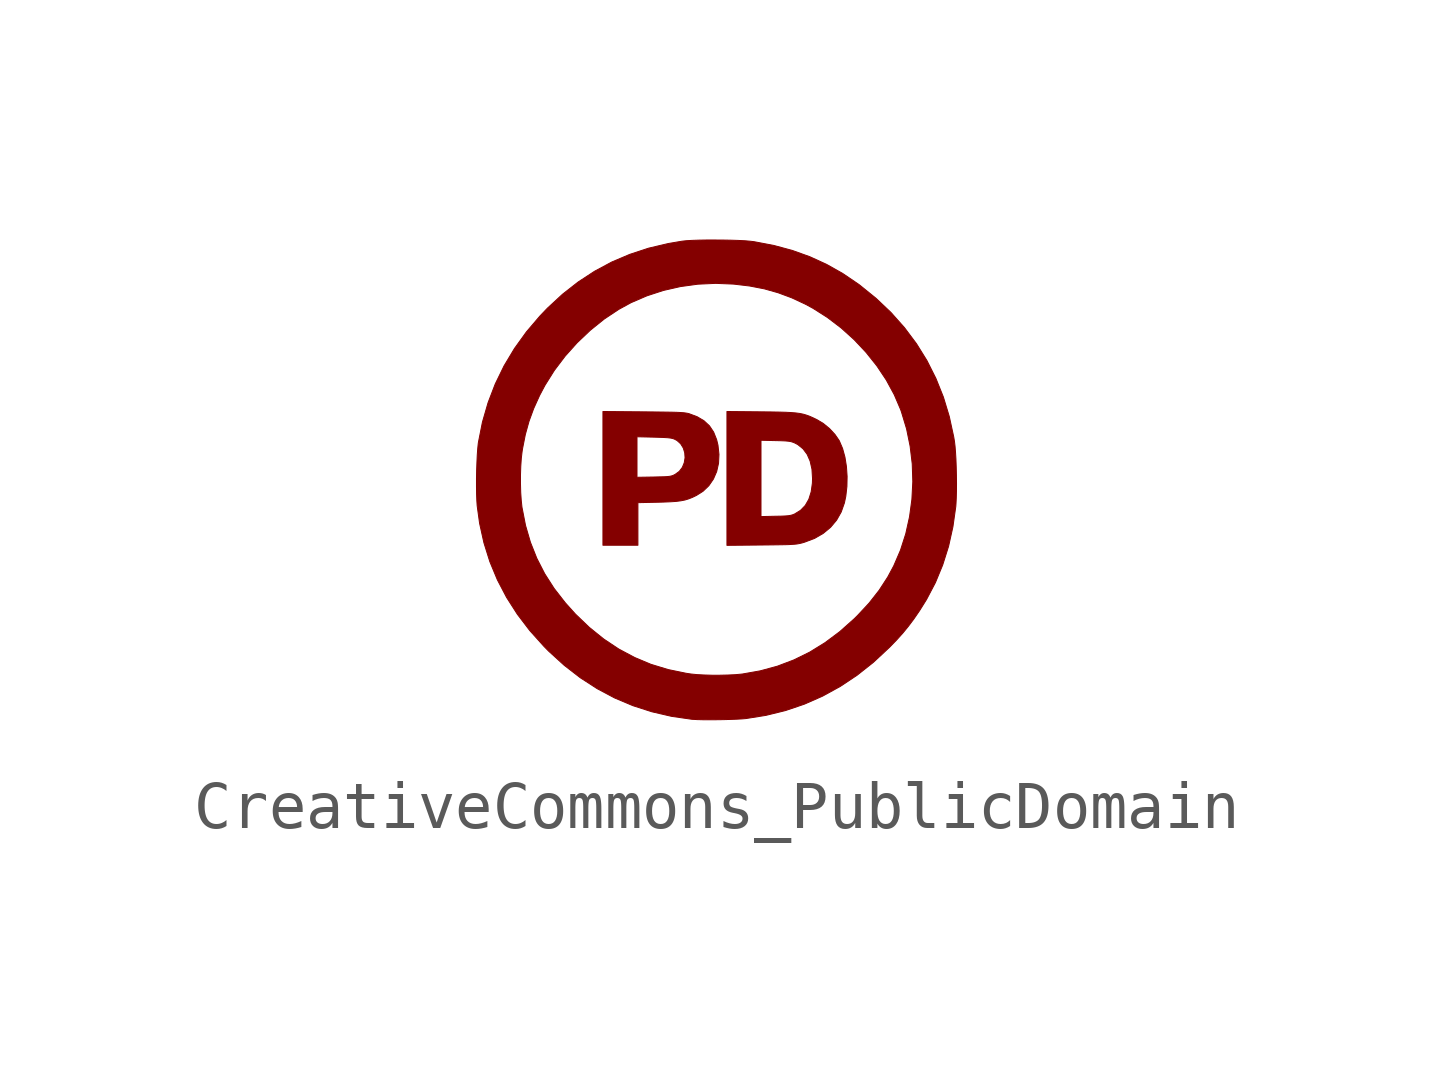
<source format=kicad_sym>
(kicad_symbol_lib
  (version 20211014)
  (generator kicad_symbol_editor)
  (symbol "CreativeCommons_PublicDomain"
    (pin_names
      (offset 1.016))
    (property "Reference" "G"
      (at 0 4.365 0)
      (effects (font (size 1.27 1.27)) hide))
    (symbol "CreativeCommons_PublicDomain_0_0"
      (polyline (pts (xy -1.636 -0.477) (xy -1.214 -0.468) (xy -1.104 -0.465) (xy -0.959 -0.459) (xy -0.84 -0.451) (xy -0.74 -0.438) (xy -0.654 -0.421) (xy -0.576 -0.397) (xy -0.499 -0.366) (xy -0.416 -0.326) (xy -0.279 -0.239) (xy -0.159 -0.124) (xy -0.064 0.014) (xy 0.004 0.17) (xy 0.043 0.343) (xy 0.052 0.527) (xy 0.031 0.721) (xy 0.003 0.836) (xy -0.059 0.992) (xy -0.146 1.122) (xy -0.26 1.228) (xy -0.402 1.312) (xy -0.573 1.376) (xy -0.602 1.383) (xy -0.637 1.389) (xy -0.681 1.395) (xy -0.737 1.399) (xy -0.808 1.403) (xy -0.899 1.406) (xy -1.013 1.408) (xy -1.152 1.41) (xy -1.321 1.412) (xy -1.523 1.414) (xy -2.364 1.421) (xy -2.364 0.051) (xy -1.655 0.051) (xy -1.655 0.895) (xy -1.305 0.887) (xy -1.204 0.884) (xy -1.097 0.88) (xy -1.017 0.875) (xy -0.957 0.868) (xy -0.913 0.859) (xy -0.878 0.847) (xy -0.823 0.818) (xy -0.746 0.749) (xy -0.692 0.662) (xy -0.661 0.562) (xy -0.654 0.458) (xy -0.671 0.354) (xy -0.711 0.257) (xy -0.775 0.174) (xy -0.863 0.11) (xy -0.87 0.107) (xy -0.902 0.091) (xy -0.934 0.08) (xy -0.972 0.072) (xy -1.022 0.066) (xy -1.09 0.062) (xy -1.182 0.06) (xy -1.304 0.057) (xy -1.655 0.051) (xy -2.364 0.051) (xy -2.364 -1.364) (xy -1.636 -1.364) (xy -1.636 -0.477)) (stroke (width 0.01) (type default) (color 0 0 0 0)) (fill (type outline)))
      (polyline (pts (xy 0.932 -1.359) (xy 1.113 -1.357) (xy 1.263 -1.355) (xy 1.385 -1.353) (xy 1.482 -1.351) (xy 1.56 -1.347) (xy 1.621 -1.343) (xy 1.671 -1.338) (xy 1.713 -1.331) (xy 1.752 -1.323) (xy 1.791 -1.313) (xy 1.84 -1.298) (xy 2.045 -1.22) (xy 2.224 -1.116) (xy 2.376 -0.99) (xy 2.501 -0.841) (xy 2.597 -0.672) (xy 2.664 -0.482) (xy 2.693 -0.343) (xy 2.716 -0.14) (xy 2.72 0.068) (xy 2.706 0.275) (xy 2.675 0.471) (xy 2.626 0.65) (xy 2.56 0.805) (xy 2.554 0.817) (xy 2.467 0.943) (xy 2.355 1.064) (xy 2.226 1.17) (xy 2.09 1.252) (xy 2.075 1.259) (xy 2.002 1.294) (xy 1.936 1.323) (xy 1.872 1.346) (xy 1.807 1.365) (xy 1.735 1.38) (xy 1.652 1.391) (xy 1.555 1.399) (xy 1.439 1.405) (xy 1.299 1.409) (xy 1.131 1.412) (xy 0.932 1.414) (xy 0.218 1.421) (xy 0.218 -0.767) (xy 0.927 -0.767) (xy 0.927 0.822) (xy 1.232 0.815) (xy 1.24 0.815) (xy 1.354 0.812) (xy 1.439 0.808) (xy 1.502 0.802) (xy 1.55 0.794) (xy 1.589 0.782) (xy 1.627 0.767) (xy 1.692 0.733) (xy 1.802 0.644) (xy 1.888 0.529) (xy 1.95 0.388) (xy 1.988 0.22) (xy 2 0.027) (xy 1.997 -0.07) (xy 1.972 -0.251) (xy 1.923 -0.406) (xy 1.849 -0.535) (xy 1.75 -0.637) (xy 1.627 -0.713) (xy 1.622 -0.715) (xy 1.585 -0.73) (xy 1.545 -0.741) (xy 1.497 -0.749) (xy 1.434 -0.754) (xy 1.347 -0.758) (xy 1.232 -0.76) (xy 0.927 -0.767) (xy 0.218 -0.767) (xy 0.218 -1.366) (xy 0.932 -1.359)) (stroke (width 0.01) (type default) (color 0 0 0 0)) (fill (type outline)))
      (polyline (pts (xy -0.01 -4.997) (xy 0.138 -4.995) (xy 0.281 -4.991) (xy 0.412 -4.986) (xy 0.524 -4.98) (xy 0.609 -4.973) (xy 0.61 -4.973) (xy 1.03 -4.906) (xy 1.437 -4.806) (xy 1.83 -4.673) (xy 2.209 -4.506) (xy 2.575 -4.305) (xy 2.927 -4.071) (xy 3.266 -3.803) (xy 3.591 -3.5) (xy 3.603 -3.489) (xy 3.751 -3.336) (xy 3.879 -3.194) (xy 3.995 -3.052) (xy 4.109 -2.9) (xy 4.228 -2.727) (xy 4.374 -2.493) (xy 4.559 -2.141) (xy 4.711 -1.772) (xy 4.833 -1.385) (xy 4.923 -0.981) (xy 4.983 -0.557) (xy 4.987 -0.503) (xy 4.993 -0.381) (xy 4.997 -0.235) (xy 4.998 -0.074) (xy 4.996 0.094) (xy 4.992 0.264) (xy 4.986 0.427) (xy 4.977 0.575) (xy 4.967 0.702) (xy 4.955 0.8) (xy 4.94 0.892) (xy 4.848 1.315) (xy 4.725 1.721) (xy 4.569 2.11) (xy 4.383 2.48) (xy 4.164 2.833) (xy 3.915 3.166) (xy 3.634 3.482) (xy 3.322 3.778) (xy 2.98 4.055) (xy 2.948 4.078) (xy 2.625 4.297) (xy 2.291 4.485) (xy 1.943 4.644) (xy 1.578 4.775) (xy 1.192 4.879) (xy 0.782 4.957) (xy 0.708 4.966) (xy 0.593 4.976) (xy 0.454 4.983) (xy 0.297 4.988) (xy 0.131 4.991) (xy -0.04 4.992) (xy -0.208 4.992) (xy -0.367 4.989) (xy -0.509 4.984) (xy -0.628 4.977) (xy -0.718 4.967) (xy -1.001 4.919) (xy -1.413 4.822) (xy -1.805 4.693) (xy -2.179 4.534) (xy -2.537 4.342) (xy -2.878 4.119) (xy -3.205 3.863) (xy -3.519 3.573) (xy -3.675 3.41) (xy -3.957 3.079) (xy -4.206 2.733) (xy -4.423 2.371) (xy -4.606 1.995) (xy -4.756 1.604) (xy -4.873 1.2) (xy -4.956 0.782) (xy -4.96 0.757) (xy -4.971 0.648) (xy -4.981 0.513) (xy -4.988 0.358) (xy -4.994 0.193) (xy -4.997 0.023) (xy -4.997 -0.086) (xy -4.081 -0.086) (xy -4.081 0.099) (xy -4.075 0.279) (xy -4.064 0.443) (xy -4.048 0.582) (xy -4.038 0.647) (xy -3.98 0.941) (xy -3.904 1.215) (xy -3.806 1.483) (xy -3.682 1.757) (xy -3.571 1.966) (xy -3.376 2.277) (xy -3.151 2.574) (xy -2.901 2.853) (xy -2.629 3.111) (xy -2.34 3.344) (xy -2.037 3.546) (xy -1.777 3.688) (xy -1.45 3.829) (xy -1.107 3.941) (xy -0.751 4.022) (xy -0.387 4.072) (xy -0.017 4.089) (xy 0.354 4.074) (xy 0.363 4.073) (xy 0.691 4.034) (xy 0.996 3.975) (xy 1.285 3.893) (xy 1.567 3.788) (xy 1.85 3.656) (xy 2.009 3.57) (xy 2.311 3.378) (xy 2.598 3.159) (xy 2.867 2.916) (xy 3.115 2.652) (xy 3.339 2.371) (xy 3.536 2.076) (xy 3.702 1.77) (xy 3.836 1.457) (xy 3.852 1.411) (xy 3.958 1.06) (xy 4.032 0.699) (xy 4.076 0.331) (xy 4.088 -0.039) (xy 4.069 -0.408) (xy 4.02 -0.771) (xy 3.941 -1.126) (xy 3.831 -1.468) (xy 3.691 -1.793) (xy 3.566 -2.026) (xy 3.386 -2.303) (xy 3.178 -2.568) (xy 2.937 -2.827) (xy 2.865 -2.898) (xy 2.567 -3.163) (xy 2.259 -3.393) (xy 1.94 -3.59) (xy 1.61 -3.752) (xy 1.268 -3.882) (xy 0.911 -3.979) (xy 0.539 -4.045) (xy 0.52 -4.047) (xy 0.391 -4.059) (xy 0.237 -4.066) (xy 0.071 -4.07) (xy -0.099 -4.07) (xy -0.263 -4.065) (xy -0.41 -4.057) (xy -0.531 -4.045) (xy -0.635 -4.029) (xy -1.008 -3.952) (xy -1.365 -3.843) (xy -1.706 -3.7) (xy -2.034 -3.525) (xy -2.348 -3.316) (xy -2.648 -3.074) (xy -2.937 -2.797) (xy -3.148 -2.562) (xy -3.38 -2.264) (xy -3.577 -1.956) (xy -3.741 -1.636) (xy -3.874 -1.301) (xy -3.976 -0.951) (xy -4.048 -0.582) (xy -4.05 -0.573) (xy -4.065 -0.432) (xy -4.076 -0.267) (xy -4.081 -0.086) (xy -4.997 -0.086) (xy -4.997 -0.142) (xy -4.995 -0.296) (xy -4.99 -0.432) (xy -4.983 -0.54) (xy -4.932 -0.909) (xy -4.842 -1.314) (xy -4.719 -1.706) (xy -4.562 -2.084) (xy -4.371 -2.449) (xy -4.146 -2.801) (xy -3.887 -3.141) (xy -3.594 -3.467) (xy -3.494 -3.569) (xy -3.171 -3.863) (xy -2.834 -4.124) (xy -2.483 -4.351) (xy -2.118 -4.545) (xy -1.738 -4.705) (xy -1.343 -4.832) (xy -0.933 -4.927) (xy -0.509 -4.988) (xy -0.488 -4.989) (xy -0.4 -4.994) (xy -0.286 -4.997) (xy -0.153 -4.998) (xy -0.01 -4.997)) (stroke (width 0.01) (type default) (color 0 0 0 0)) (fill (type outline))))))
</source>
